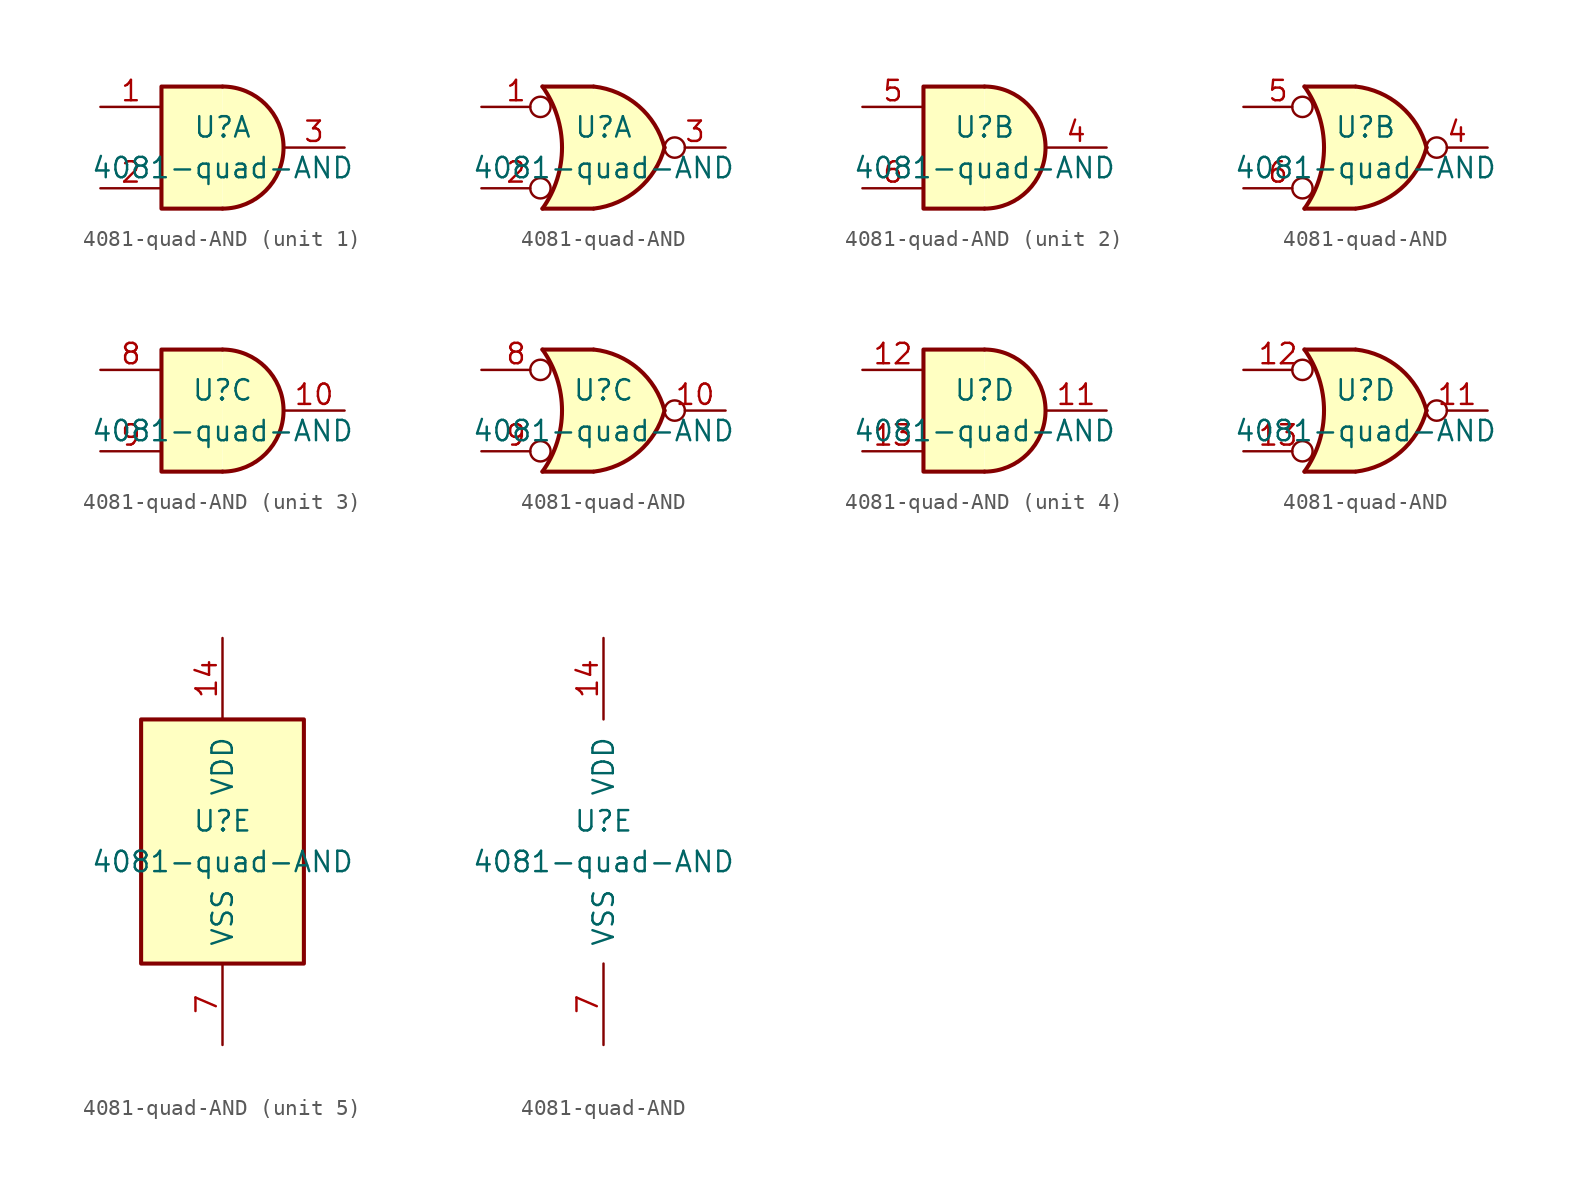
<source format=kicad_sym>
(kicad_symbol_lib
  (version 20220914)
  (generator kicad_symbol_editor)
  (symbol "4081-quad-AND"
    (pin_names
      (offset 1.016))
    (property "Reference" "U"
      (at 0 1.27 0)
      (effects (font (size 1.27 1.27))))
    (property "Value" "4081-quad-AND"
      (at 0 -1.27 0)
      (effects (font (size 1.27 1.27))))
    (property "ki_locked" ""
      (at 0 0 0)
      (effects (font (size 1.27 1.27))))
    (symbol "4081-quad-AND_1_1"
      (arc (start 0 -3.81) (mid 3.7934 0) (end 0 3.81) (stroke (width 0.254) (type default)) (fill (type background)))
      (polyline (pts (xy 0 3.81) (xy -3.81 3.81) (xy -3.81 -3.81) (xy 0 -3.81)) (stroke (width 0.254) (type default)) (fill (type background)))
      (pin input line (at -7.62 2.54 0) (length 3.81) (name "~" (effects (font (size 1.27 1.27)))) (number "1" (effects (font (size 1.27 1.27)))))
      (pin input line (at -7.62 -2.54 0) (length 3.81) (name "~" (effects (font (size 1.27 1.27)))) (number "2" (effects (font (size 1.27 1.27)))))
      (pin output line (at 7.62 0 180) (length 3.81) (name "~" (effects (font (size 1.27 1.27)))) (number "3" (effects (font (size 1.27 1.27))))))
    (symbol "4081-quad-AND_1_2"
      (arc (start -3.81 -3.81) (mid -2.589 0) (end -3.81 3.81) (stroke (width 0.254) (type default)) (fill (type none)))
      (arc (start -0.6096 -3.81) (mid 2.1842 -2.5851) (end 3.81 0) (stroke (width 0.254) (type default)) (fill (type background)))
      (polyline (pts (xy -3.81 -3.81) (xy -0.635 -3.81)) (stroke (width 0.254) (type default)) (fill (type background)))
      (polyline (pts (xy -3.81 3.81) (xy -0.635 3.81)) (stroke (width 0.254) (type default)) (fill (type background)))
      (polyline (pts (xy -0.635 3.81) (xy -3.81 3.81) (xy -3.81 3.81) (xy -3.556 3.404) (xy -3.023 2.261) (xy -2.692 1.041) (xy -2.616 -0.254) (xy -2.769 -1.499) (xy -3.175 -2.718) (xy -3.81 -3.81) (xy -3.81 -3.81) (xy -0.635 -3.81)) (stroke (width -25.4) (type default)) (fill (type background)))
      (arc (start 3.81 0) (mid 2.1915 2.5936) (end -0.6096 3.81) (stroke (width 0.254) (type default)) (fill (type background)))
      (pin input inverted (at -7.62 2.54 0) (length 4.318) (name "~" (effects (font (size 1.27 1.27)))) (number "1" (effects (font (size 1.27 1.27)))))
      (pin input inverted (at -7.62 -2.54 0) (length 4.318) (name "~" (effects (font (size 1.27 1.27)))) (number "2" (effects (font (size 1.27 1.27)))))
      (pin output inverted (at 7.62 0 180) (length 3.81) (name "~" (effects (font (size 1.27 1.27)))) (number "3" (effects (font (size 1.27 1.27))))))
    (symbol "4081-quad-AND_2_1"
      (arc (start 0 -3.81) (mid 3.7934 0) (end 0 3.81) (stroke (width 0.254) (type default)) (fill (type background)))
      (polyline (pts (xy 0 3.81) (xy -3.81 3.81) (xy -3.81 -3.81) (xy 0 -3.81)) (stroke (width 0.254) (type default)) (fill (type background)))
      (pin output line (at 7.62 0 180) (length 3.81) (name "~" (effects (font (size 1.27 1.27)))) (number "4" (effects (font (size 1.27 1.27)))))
      (pin input line (at -7.62 2.54 0) (length 3.81) (name "~" (effects (font (size 1.27 1.27)))) (number "5" (effects (font (size 1.27 1.27)))))
      (pin input line (at -7.62 -2.54 0) (length 3.81) (name "~" (effects (font (size 1.27 1.27)))) (number "6" (effects (font (size 1.27 1.27))))))
    (symbol "4081-quad-AND_2_2"
      (arc (start -3.81 -3.81) (mid -2.589 0) (end -3.81 3.81) (stroke (width 0.254) (type default)) (fill (type none)))
      (arc (start -0.6096 -3.81) (mid 2.1842 -2.5851) (end 3.81 0) (stroke (width 0.254) (type default)) (fill (type background)))
      (polyline (pts (xy -3.81 -3.81) (xy -0.635 -3.81)) (stroke (width 0.254) (type default)) (fill (type background)))
      (polyline (pts (xy -3.81 3.81) (xy -0.635 3.81)) (stroke (width 0.254) (type default)) (fill (type background)))
      (polyline (pts (xy -0.635 3.81) (xy -3.81 3.81) (xy -3.81 3.81) (xy -3.556 3.404) (xy -3.023 2.261) (xy -2.692 1.041) (xy -2.616 -0.254) (xy -2.769 -1.499) (xy -3.175 -2.718) (xy -3.81 -3.81) (xy -3.81 -3.81) (xy -0.635 -3.81)) (stroke (width -25.4) (type default)) (fill (type background)))
      (arc (start 3.81 0) (mid 2.1915 2.5936) (end -0.6096 3.81) (stroke (width 0.254) (type default)) (fill (type background)))
      (pin output inverted (at 7.62 0 180) (length 3.81) (name "~" (effects (font (size 1.27 1.27)))) (number "4" (effects (font (size 1.27 1.27)))))
      (pin input inverted (at -7.62 2.54 0) (length 4.318) (name "~" (effects (font (size 1.27 1.27)))) (number "5" (effects (font (size 1.27 1.27)))))
      (pin input inverted (at -7.62 -2.54 0) (length 4.318) (name "~" (effects (font (size 1.27 1.27)))) (number "6" (effects (font (size 1.27 1.27))))))
    (symbol "4081-quad-AND_3_1"
      (arc (start 0 -3.81) (mid 3.7934 0) (end 0 3.81) (stroke (width 0.254) (type default)) (fill (type background)))
      (polyline (pts (xy 0 3.81) (xy -3.81 3.81) (xy -3.81 -3.81) (xy 0 -3.81)) (stroke (width 0.254) (type default)) (fill (type background)))
      (pin output line (at 7.62 0 180) (length 3.81) (name "~" (effects (font (size 1.27 1.27)))) (number "10" (effects (font (size 1.27 1.27)))))
      (pin input line (at -7.62 2.54 0) (length 3.81) (name "~" (effects (font (size 1.27 1.27)))) (number "8" (effects (font (size 1.27 1.27)))))
      (pin input line (at -7.62 -2.54 0) (length 3.81) (name "~" (effects (font (size 1.27 1.27)))) (number "9" (effects (font (size 1.27 1.27))))))
    (symbol "4081-quad-AND_3_2"
      (arc (start -3.81 -3.81) (mid -2.589 0) (end -3.81 3.81) (stroke (width 0.254) (type default)) (fill (type none)))
      (arc (start -0.6096 -3.81) (mid 2.1842 -2.5851) (end 3.81 0) (stroke (width 0.254) (type default)) (fill (type background)))
      (polyline (pts (xy -3.81 -3.81) (xy -0.635 -3.81)) (stroke (width 0.254) (type default)) (fill (type background)))
      (polyline (pts (xy -3.81 3.81) (xy -0.635 3.81)) (stroke (width 0.254) (type default)) (fill (type background)))
      (polyline (pts (xy -0.635 3.81) (xy -3.81 3.81) (xy -3.81 3.81) (xy -3.556 3.404) (xy -3.023 2.261) (xy -2.692 1.041) (xy -2.616 -0.254) (xy -2.769 -1.499) (xy -3.175 -2.718) (xy -3.81 -3.81) (xy -3.81 -3.81) (xy -0.635 -3.81)) (stroke (width -25.4) (type default)) (fill (type background)))
      (arc (start 3.81 0) (mid 2.1915 2.5936) (end -0.6096 3.81) (stroke (width 0.254) (type default)) (fill (type background)))
      (pin output inverted (at 7.62 0 180) (length 3.81) (name "~" (effects (font (size 1.27 1.27)))) (number "10" (effects (font (size 1.27 1.27)))))
      (pin input inverted (at -7.62 2.54 0) (length 4.318) (name "~" (effects (font (size 1.27 1.27)))) (number "8" (effects (font (size 1.27 1.27)))))
      (pin input inverted (at -7.62 -2.54 0) (length 4.318) (name "~" (effects (font (size 1.27 1.27)))) (number "9" (effects (font (size 1.27 1.27))))))
    (symbol "4081-quad-AND_4_1"
      (arc (start 0 -3.81) (mid 3.7934 0) (end 0 3.81) (stroke (width 0.254) (type default)) (fill (type background)))
      (polyline (pts (xy 0 3.81) (xy -3.81 3.81) (xy -3.81 -3.81) (xy 0 -3.81)) (stroke (width 0.254) (type default)) (fill (type background)))
      (pin output line (at 7.62 0 180) (length 3.81) (name "~" (effects (font (size 1.27 1.27)))) (number "11" (effects (font (size 1.27 1.27)))))
      (pin input line (at -7.62 2.54 0) (length 3.81) (name "~" (effects (font (size 1.27 1.27)))) (number "12" (effects (font (size 1.27 1.27)))))
      (pin input line (at -7.62 -2.54 0) (length 3.81) (name "~" (effects (font (size 1.27 1.27)))) (number "13" (effects (font (size 1.27 1.27))))))
    (symbol "4081-quad-AND_4_2"
      (arc (start -3.81 -3.81) (mid -2.589 0) (end -3.81 3.81) (stroke (width 0.254) (type default)) (fill (type none)))
      (arc (start -0.6096 -3.81) (mid 2.1842 -2.5851) (end 3.81 0) (stroke (width 0.254) (type default)) (fill (type background)))
      (polyline (pts (xy -3.81 -3.81) (xy -0.635 -3.81)) (stroke (width 0.254) (type default)) (fill (type background)))
      (polyline (pts (xy -3.81 3.81) (xy -0.635 3.81)) (stroke (width 0.254) (type default)) (fill (type background)))
      (polyline (pts (xy -0.635 3.81) (xy -3.81 3.81) (xy -3.81 3.81) (xy -3.556 3.404) (xy -3.023 2.261) (xy -2.692 1.041) (xy -2.616 -0.254) (xy -2.769 -1.499) (xy -3.175 -2.718) (xy -3.81 -3.81) (xy -3.81 -3.81) (xy -0.635 -3.81)) (stroke (width -25.4) (type default)) (fill (type background)))
      (arc (start 3.81 0) (mid 2.1915 2.5936) (end -0.6096 3.81) (stroke (width 0.254) (type default)) (fill (type background)))
      (pin output inverted (at 7.62 0 180) (length 3.81) (name "~" (effects (font (size 1.27 1.27)))) (number "11" (effects (font (size 1.27 1.27)))))
      (pin input inverted (at -7.62 2.54 0) (length 4.318) (name "~" (effects (font (size 1.27 1.27)))) (number "12" (effects (font (size 1.27 1.27)))))
      (pin input inverted (at -7.62 -2.54 0) (length 4.318) (name "~" (effects (font (size 1.27 1.27)))) (number "13" (effects (font (size 1.27 1.27))))))
    (symbol "4081-quad-AND_5_0"
      (pin power_in line (at 0 12.7 270) (length 5.08) (name "VDD" (effects (font (size 1.27 1.27)))) (number "14" (effects (font (size 1.27 1.27)))))
      (pin power_in line (at 0 -12.7 90) (length 5.08) (name "VSS" (effects (font (size 1.27 1.27)))) (number "7" (effects (font (size 1.27 1.27))))))
    (symbol "4081-quad-AND_5_1"
      (rectangle (start -5.08 7.62) (end 5.08 -7.62) (stroke (width 0.254) (type default)) (fill (type background))))))
</source>
